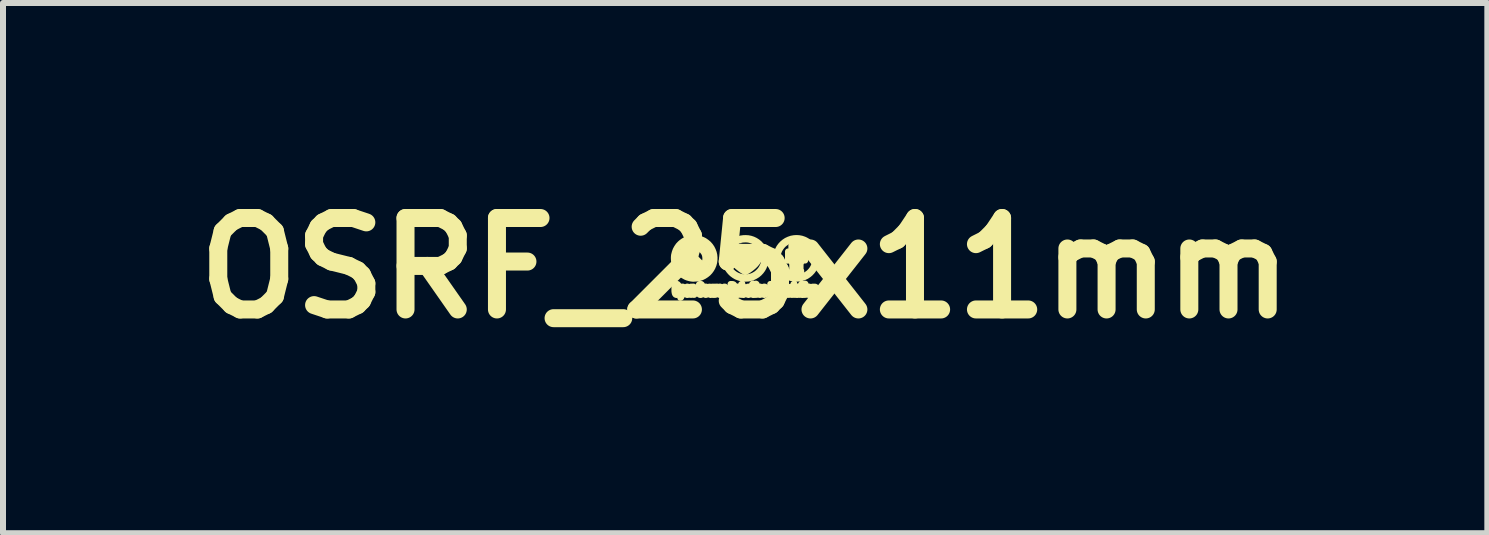
<source format=kicad_pcb>
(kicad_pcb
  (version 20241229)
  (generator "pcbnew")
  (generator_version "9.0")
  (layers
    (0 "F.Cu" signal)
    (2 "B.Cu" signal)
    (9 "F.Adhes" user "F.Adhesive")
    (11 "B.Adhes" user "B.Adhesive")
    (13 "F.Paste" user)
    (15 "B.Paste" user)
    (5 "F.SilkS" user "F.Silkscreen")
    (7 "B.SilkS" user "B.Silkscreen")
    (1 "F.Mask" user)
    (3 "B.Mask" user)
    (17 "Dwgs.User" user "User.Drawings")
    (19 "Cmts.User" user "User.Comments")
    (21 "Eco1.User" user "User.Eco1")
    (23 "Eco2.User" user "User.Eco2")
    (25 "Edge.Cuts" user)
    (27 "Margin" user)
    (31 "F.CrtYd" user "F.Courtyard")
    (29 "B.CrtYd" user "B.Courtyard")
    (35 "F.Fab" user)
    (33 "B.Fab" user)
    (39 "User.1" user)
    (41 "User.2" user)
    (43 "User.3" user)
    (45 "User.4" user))
  (footprint "OSRF_25x11mm"
    (layer "F.Cu")
    (at 9.369 1.418)
    (property "Reference" "OSRF_25x11mm" (at 0 0 0) (layer "F.SilkS") (effects (font (size 1.524 1.524) (thickness 0.3))))
    (attr through_hole)
    (fp_poly (pts (xy 0.189 0.446) (xy 0.181 0.446) (xy 0.172 0.446) (xy 0.172 0.378) (xy 0.172 0.31) (xy 0.181 0.31) (xy 0.189 0.31) (xy 0.189 0.378) (xy 0.189 0.446)) (stroke (width 0.1) (type solid)) (fill yes) (layer "F.SilkS"))
    (fp_poly (pts (xy 1.005 0.446) (xy 0.996 0.446) (xy 0.988 0.446) (xy 0.988 0.378) (xy 0.988 0.31) (xy 0.996 0.31) (xy 1.005 0.31) (xy 1.005 0.378) (xy 1.005 0.446)) (stroke (width 0.1) (type solid)) (fill yes) (layer "F.SilkS"))
    (fp_poly (pts (xy 1.008 0.271) (xy 1.006 0.279) (xy 1.001 0.283) (xy 0.994 0.282) (xy 0.991 0.281) (xy 0.986 0.275) (xy 0.985 0.271) (xy 0.987 0.265) (xy 0.991 0.261) (xy 0.998 0.259) (xy 1.004 0.261) (xy 1.007 0.268) (xy 1.008 0.271)) (stroke (width 0.1) (type solid)) (fill yes) (layer "F.SilkS"))
    (fp_poly (pts (xy 0.192 0.271) (xy 0.19 0.276) (xy 0.186 0.281) (xy 0.181 0.285) (xy 0.18 0.285) (xy 0.177 0.283) (xy 0.174 0.281) (xy 0.17 0.273) (xy 0.17 0.266) (xy 0.176 0.26) (xy 0.178 0.259) (xy 0.184 0.26) (xy 0.189 0.264) (xy 0.192 0.27) (xy 0.192 0.271)) (stroke (width 0.1) (type solid)) (fill yes) (layer "F.SilkS"))
    (fp_poly (pts (xy -0.463 0.314) (xy -0.465 0.32) (xy -0.468 0.324) (xy -0.473 0.326) (xy -0.477 0.325) (xy -0.482 0.325) (xy -0.486 0.325) (xy -0.489 0.327) (xy -0.491 0.332) (xy -0.493 0.339) (xy -0.494 0.351) (xy -0.494 0.366) (xy -0.494 0.387) (xy -0.494 0.388) (xy -0.494 0.446) (xy -0.502 0.446) (xy -0.511 0.446) (xy -0.511 0.378) (xy -0.511 0.31) (xy -0.5 0.31) (xy -0.491 0.31) (xy -0.479 0.309) (xy -0.476 0.309) (xy -0.468 0.308) (xy -0.464 0.309) (xy -0.463 0.314)) (stroke (width 0.1) (type solid)) (fill yes) (layer "F.SilkS"))
    (fp_poly (pts (xy 0.48 0.265) (xy 0.479 0.273) (xy 0.479 0.277) (xy 0.477 0.279) (xy 0.473 0.281) (xy 0.465 0.281) (xy 0.456 0.282) (xy 0.435 0.282) (xy 0.435 0.312) (xy 0.435 0.341) (xy 0.45 0.341) (xy 0.459 0.342) (xy 0.464 0.343) (xy 0.465 0.345) (xy 0.466 0.35) (xy 0.466 0.35) (xy 0.465 0.355) (xy 0.464 0.357) (xy 0.459 0.358) (xy 0.45 0.358) (xy 0.45 0.358) (xy 0.435 0.358) (xy 0.435 0.402) (xy 0.435 0.446) (xy 0.426 0.446) (xy 0.418 0.446) (xy 0.418 0.356) (xy 0.418 0.265) (xy 0.449 0.265) (xy 0.48 0.265)) (stroke (width 0.1) (type solid)) (fill yes) (layer "F.SilkS"))
    (fp_poly (pts (xy 1.186 0.446) (xy 1.176 0.446) (xy 1.166 0.446) (xy 1.166 0.387) (xy 1.166 0.367) (xy 1.165 0.352) (xy 1.165 0.341) (xy 1.165 0.334) (xy 1.164 0.329) (xy 1.163 0.327) (xy 1.161 0.325) (xy 1.16 0.325) (xy 1.154 0.323) (xy 1.147 0.326) (xy 1.146 0.326) (xy 1.137 0.33) (xy 1.137 0.388) (xy 1.137 0.446) (xy 1.129 0.446) (xy 1.12 0.446) (xy 1.12 0.378) (xy 1.12 0.31) (xy 1.132 0.31) (xy 1.143 0.31) (xy 1.155 0.31) (xy 1.158 0.31) (xy 1.167 0.31) (xy 1.172 0.311) (xy 1.177 0.315) (xy 1.178 0.317) (xy 1.18 0.32) (xy 1.181 0.323) (xy 1.183 0.328) (xy 1.183 0.335) (xy 1.184 0.345) (xy 1.184 0.358) (xy 1.185 0.376) (xy 1.185 0.385) (xy 1.186 0.446)) (stroke (width 0.1) (type solid)) (fill yes) (layer "F.SilkS"))
    (fp_poly (pts (xy -0.847 0.446) (xy -0.855 0.446) (xy -0.864 0.446) (xy -0.864 0.388) (xy -0.864 0.368) (xy -0.864 0.353) (xy -0.864 0.342) (xy -0.865 0.335) (xy -0.866 0.33) (xy -0.867 0.327) (xy -0.868 0.326) (xy -0.875 0.323) (xy -0.883 0.325) (xy -0.888 0.328) (xy -0.89 0.331) (xy -0.891 0.337) (xy -0.891 0.347) (xy -0.892 0.361) (xy -0.892 0.38) (xy -0.892 0.388) (xy -0.892 0.446) (xy -0.9 0.446) (xy -0.909 0.446) (xy -0.909 0.378) (xy -0.909 0.31) (xy -0.898 0.31) (xy -0.889 0.31) (xy -0.878 0.309) (xy -0.873 0.309) (xy -0.864 0.308) (xy -0.859 0.309) (xy -0.856 0.312) (xy -0.852 0.317) (xy -0.851 0.32) (xy -0.849 0.324) (xy -0.848 0.329) (xy -0.847 0.337) (xy -0.847 0.347) (xy -0.847 0.361) (xy -0.847 0.379) (xy -0.847 0.386) (xy -0.847 0.446)) (stroke (width 0.1) (type solid)) (fill yes) (layer "F.SilkS"))
    (fp_poly (pts (xy -0.536 0.446) (xy -0.545 0.446) (xy -0.551 0.445) (xy -0.553 0.443) (xy -0.553 0.443) (xy -0.555 0.442) (xy -0.559 0.444) (xy -0.569 0.448) (xy -0.58 0.448) (xy -0.589 0.444) (xy -0.593 0.441) (xy -0.596 0.435) (xy -0.598 0.428) (xy -0.6 0.417) (xy -0.601 0.402) (xy -0.601 0.383) (xy -0.601 0.365) (xy -0.601 0.31) (xy -0.593 0.31) (xy -0.584 0.31) (xy -0.584 0.363) (xy -0.584 0.381) (xy -0.583 0.396) (xy -0.583 0.409) (xy -0.582 0.419) (xy -0.582 0.423) (xy -0.578 0.429) (xy -0.57 0.432) (xy -0.562 0.43) (xy -0.559 0.429) (xy -0.557 0.428) (xy -0.556 0.426) (xy -0.555 0.422) (xy -0.554 0.417) (xy -0.553 0.408) (xy -0.553 0.395) (xy -0.553 0.378) (xy -0.553 0.368) (xy -0.553 0.31) (xy -0.545 0.31) (xy -0.536 0.31) (xy -0.536 0.378) (xy -0.536 0.446)) (stroke (width 0.1) (type solid)) (fill yes) (layer "F.SilkS"))
    (fp_poly (pts (xy 0.731 0.446) (xy 0.723 0.446) (xy 0.714 0.446) (xy 0.714 0.388) (xy 0.714 0.368) (xy 0.714 0.353) (xy 0.713 0.342) (xy 0.713 0.335) (xy 0.712 0.33) (xy 0.71 0.327) (xy 0.709 0.326) (xy 0.703 0.323) (xy 0.695 0.325) (xy 0.689 0.328) (xy 0.688 0.331) (xy 0.687 0.337) (xy 0.686 0.347) (xy 0.686 0.361) (xy 0.686 0.38) (xy 0.686 0.388) (xy 0.686 0.446) (xy 0.677 0.446) (xy 0.669 0.446) (xy 0.669 0.378) (xy 0.669 0.31) (xy 0.68 0.311) (xy 0.688 0.312) (xy 0.692 0.311) (xy 0.693 0.31) (xy 0.697 0.309) (xy 0.704 0.308) (xy 0.707 0.308) (xy 0.717 0.309) (xy 0.724 0.313) (xy 0.724 0.314) (xy 0.726 0.316) (xy 0.727 0.319) (xy 0.728 0.324) (xy 0.729 0.331) (xy 0.73 0.341) (xy 0.73 0.355) (xy 0.73 0.374) (xy 0.73 0.383) (xy 0.731 0.446)) (stroke (width 0.1) (type solid)) (fill yes) (layer "F.SilkS"))
    (fp_poly (pts (xy 0.643 0.446) (xy 0.635 0.446) (xy 0.629 0.445) (xy 0.627 0.443) (xy 0.627 0.443) (xy 0.625 0.442) (xy 0.62 0.444) (xy 0.611 0.448) (xy 0.6 0.448) (xy 0.591 0.444) (xy 0.59 0.444) (xy 0.586 0.44) (xy 0.584 0.434) (xy 0.582 0.426) (xy 0.58 0.415) (xy 0.579 0.401) (xy 0.579 0.381) (xy 0.579 0.363) (xy 0.579 0.31) (xy 0.587 0.31) (xy 0.595 0.31) (xy 0.596 0.359) (xy 0.596 0.381) (xy 0.596 0.398) (xy 0.597 0.411) (xy 0.598 0.42) (xy 0.6 0.426) (xy 0.602 0.429) (xy 0.605 0.431) (xy 0.607 0.431) (xy 0.615 0.431) (xy 0.621 0.429) (xy 0.623 0.428) (xy 0.624 0.426) (xy 0.625 0.422) (xy 0.626 0.417) (xy 0.626 0.408) (xy 0.626 0.395) (xy 0.627 0.378) (xy 0.627 0.368) (xy 0.627 0.31) (xy 0.635 0.31) (xy 0.643 0.31) (xy 0.643 0.378) (xy 0.643 0.446)) (stroke (width 0.1) (type solid)) (fill yes) (layer "F.SilkS"))
    (fp_poly (pts (xy 0.273 0.423) (xy 0.271 0.429) (xy 0.264 0.44) (xy 0.255 0.446) (xy 0.245 0.448) (xy 0.235 0.446) (xy 0.231 0.443) (xy 0.223 0.435) (xy 0.218 0.424) (xy 0.215 0.409) (xy 0.213 0.389) (xy 0.213 0.378) (xy 0.214 0.359) (xy 0.215 0.344) (xy 0.218 0.333) (xy 0.222 0.323) (xy 0.228 0.316) (xy 0.236 0.309) (xy 0.246 0.307) (xy 0.256 0.31) (xy 0.265 0.316) (xy 0.271 0.326) (xy 0.272 0.329) (xy 0.273 0.336) (xy 0.269 0.341) (xy 0.264 0.344) (xy 0.26 0.343) (xy 0.257 0.338) (xy 0.256 0.334) (xy 0.251 0.327) (xy 0.245 0.325) (xy 0.239 0.328) (xy 0.234 0.334) (xy 0.232 0.342) (xy 0.231 0.354) (xy 0.23 0.368) (xy 0.23 0.384) (xy 0.231 0.399) (xy 0.232 0.411) (xy 0.234 0.421) (xy 0.235 0.423) (xy 0.241 0.43) (xy 0.247 0.431) (xy 0.253 0.427) (xy 0.257 0.421) (xy 0.26 0.415) (xy 0.263 0.413) (xy 0.267 0.414) (xy 0.269 0.416) (xy 0.273 0.419) (xy 0.273 0.423)) (stroke (width 0.1) (type solid)) (fill yes) (layer "F.SilkS"))
    (fp_poly (pts (xy 0.557 0.378) (xy 0.557 0.4) (xy 0.554 0.417) (xy 0.55 0.43) (xy 0.543 0.44) (xy 0.54 0.443) (xy 0.54 0.378) (xy 0.54 0.358) (xy 0.538 0.343) (xy 0.535 0.333) (xy 0.53 0.327) (xy 0.524 0.325) (xy 0.524 0.325) (xy 0.517 0.326) (xy 0.512 0.331) (xy 0.509 0.339) (xy 0.507 0.352) (xy 0.506 0.368) (xy 0.506 0.388) (xy 0.507 0.405) (xy 0.51 0.419) (xy 0.514 0.428) (xy 0.514 0.428) (xy 0.519 0.431) (xy 0.524 0.432) (xy 0.529 0.43) (xy 0.534 0.425) (xy 0.535 0.421) (xy 0.538 0.414) (xy 0.539 0.404) (xy 0.54 0.39) (xy 0.54 0.378) (xy 0.54 0.443) (xy 0.54 0.443) (xy 0.529 0.448) (xy 0.518 0.448) (xy 0.507 0.443) (xy 0.505 0.441) (xy 0.498 0.432) (xy 0.492 0.419) (xy 0.489 0.401) (xy 0.488 0.378) (xy 0.489 0.354) (xy 0.493 0.335) (xy 0.499 0.321) (xy 0.507 0.312) (xy 0.518 0.308) (xy 0.522 0.308) (xy 0.534 0.31) (xy 0.543 0.316) (xy 0.55 0.326) (xy 0.554 0.341) (xy 0.557 0.361) (xy 0.557 0.378)) (stroke (width 0.1) (type solid)) (fill yes) (layer "F.SilkS"))
    (fp_poly (pts (xy 1.098 0.373) (xy 1.098 0.392) (xy 1.096 0.41) (xy 1.092 0.425) (xy 1.09 0.431) (xy 1.082 0.441) (xy 1.08 0.442) (xy 1.08 0.377) (xy 1.08 0.362) (xy 1.079 0.349) (xy 1.077 0.338) (xy 1.074 0.332) (xy 1.068 0.326) (xy 1.061 0.324) (xy 1.055 0.329) (xy 1.051 0.335) (xy 1.049 0.343) (xy 1.048 0.355) (xy 1.047 0.37) (xy 1.047 0.385) (xy 1.048 0.4) (xy 1.05 0.412) (xy 1.052 0.421) (xy 1.053 0.424) (xy 1.06 0.43) (xy 1.067 0.431) (xy 1.073 0.426) (xy 1.074 0.424) (xy 1.077 0.417) (xy 1.079 0.406) (xy 1.08 0.393) (xy 1.08 0.377) (xy 1.08 0.442) (xy 1.072 0.447) (xy 1.061 0.449) (xy 1.05 0.446) (xy 1.046 0.443) (xy 1.038 0.433) (xy 1.033 0.419) (xy 1.03 0.399) (xy 1.029 0.378) (xy 1.03 0.354) (xy 1.034 0.335) (xy 1.04 0.321) (xy 1.048 0.312) (xy 1.059 0.308) (xy 1.063 0.308) (xy 1.074 0.309) (xy 1.082 0.314) (xy 1.089 0.323) (xy 1.09 0.325) (xy 1.094 0.338) (xy 1.097 0.355) (xy 1.098 0.373)) (stroke (width 0.1) (type solid)) (fill yes) (layer "F.SilkS"))
    (fp_poly (pts (xy 0.089 0.378) (xy 0.088 0.4) (xy 0.086 0.417) (xy 0.081 0.43) (xy 0.075 0.44) (xy 0.072 0.443) (xy 0.072 0.378) (xy 0.071 0.358) (xy 0.069 0.343) (xy 0.066 0.333) (xy 0.062 0.327) (xy 0.056 0.325) (xy 0.055 0.325) (xy 0.049 0.326) (xy 0.045 0.329) (xy 0.041 0.336) (xy 0.039 0.346) (xy 0.038 0.361) (xy 0.038 0.378) (xy 0.038 0.394) (xy 0.039 0.406) (xy 0.039 0.414) (xy 0.041 0.42) (xy 0.043 0.424) (xy 0.043 0.424) (xy 0.05 0.431) (xy 0.057 0.432) (xy 0.063 0.428) (xy 0.067 0.421) (xy 0.069 0.414) (xy 0.071 0.404) (xy 0.071 0.39) (xy 0.072 0.378) (xy 0.072 0.443) (xy 0.071 0.443) (xy 0.061 0.448) (xy 0.049 0.448) (xy 0.038 0.443) (xy 0.037 0.441) (xy 0.029 0.432) (xy 0.024 0.419) (xy 0.021 0.401) (xy 0.02 0.378) (xy 0.021 0.354) (xy 0.025 0.335) (xy 0.031 0.321) (xy 0.039 0.312) (xy 0.05 0.308) (xy 0.053 0.308) (xy 0.065 0.31) (xy 0.074 0.316) (xy 0.081 0.326) (xy 0.086 0.341) (xy 0.088 0.361) (xy 0.089 0.378)) (stroke (width 0.1) (type solid)) (fill yes) (layer "F.SilkS"))
    (fp_poly (pts (xy -0.931 0.384) (xy -0.948 0.384) (xy -0.948 0.367) (xy -0.95 0.353) (xy -0.953 0.339) (xy -0.957 0.329) (xy -0.963 0.325) (xy -0.964 0.325) (xy -0.969 0.326) (xy -0.972 0.33) (xy -0.975 0.336) (xy -0.978 0.346) (xy -0.979 0.355) (xy -0.979 0.357) (xy -0.979 0.367) (xy -0.963 0.367) (xy -0.948 0.367) (xy -0.948 0.384) (xy -0.955 0.384) (xy -0.98 0.384) (xy -0.979 0.402) (xy -0.976 0.416) (xy -0.972 0.426) (xy -0.967 0.431) (xy -0.96 0.431) (xy -0.953 0.427) (xy -0.951 0.424) (xy -0.946 0.418) (xy -0.943 0.417) (xy -0.939 0.419) (xy -0.935 0.423) (xy -0.935 0.428) (xy -0.94 0.435) (xy -0.944 0.439) (xy -0.954 0.447) (xy -0.965 0.449) (xy -0.975 0.446) (xy -0.982 0.44) (xy -0.988 0.432) (xy -0.992 0.42) (xy -0.995 0.405) (xy -0.996 0.386) (xy -0.996 0.379) (xy -0.995 0.355) (xy -0.992 0.335) (xy -0.986 0.321) (xy -0.978 0.312) (xy -0.967 0.308) (xy -0.964 0.308) (xy -0.954 0.31) (xy -0.946 0.316) (xy -0.939 0.326) (xy -0.935 0.341) (xy -0.932 0.362) (xy -0.932 0.363) (xy -0.931 0.384)) (stroke (width 0.1) (type solid)) (fill yes) (layer "F.SilkS"))
    (fp_poly (pts (xy 0.152 0.435) (xy 0.15 0.442) (xy 0.149 0.443) (xy 0.144 0.447) (xy 0.136 0.449) (xy 0.128 0.448) (xy 0.121 0.444) (xy 0.12 0.443) (xy 0.118 0.44) (xy 0.116 0.437) (xy 0.115 0.432) (xy 0.115 0.424) (xy 0.114 0.413) (xy 0.114 0.398) (xy 0.113 0.381) (xy 0.113 0.362) (xy 0.113 0.347) (xy 0.112 0.337) (xy 0.111 0.331) (xy 0.111 0.327) (xy 0.109 0.325) (xy 0.108 0.325) (xy 0.107 0.325) (xy 0.103 0.323) (xy 0.102 0.318) (xy 0.103 0.312) (xy 0.107 0.31) (xy 0.11 0.31) (xy 0.112 0.308) (xy 0.113 0.302) (xy 0.113 0.293) (xy 0.113 0.289) (xy 0.113 0.279) (xy 0.114 0.272) (xy 0.116 0.268) (xy 0.119 0.264) (xy 0.121 0.262) (xy 0.13 0.256) (xy 0.13 0.283) (xy 0.13 0.31) (xy 0.14 0.31) (xy 0.146 0.311) (xy 0.149 0.313) (xy 0.15 0.318) (xy 0.149 0.322) (xy 0.146 0.324) (xy 0.14 0.325) (xy 0.13 0.325) (xy 0.13 0.375) (xy 0.13 0.391) (xy 0.13 0.406) (xy 0.131 0.418) (xy 0.132 0.426) (xy 0.132 0.429) (xy 0.137 0.431) (xy 0.144 0.431) (xy 0.15 0.431) (xy 0.152 0.435)) (stroke (width 0.1) (type solid)) (fill yes) (layer "F.SilkS"))
    (fp_poly (pts (xy 0.968 0.438) (xy 0.966 0.444) (xy 0.96 0.448) (xy 0.952 0.449) (xy 0.943 0.447) (xy 0.937 0.443) (xy 0.935 0.441) (xy 0.934 0.438) (xy 0.933 0.433) (xy 0.932 0.427) (xy 0.932 0.417) (xy 0.931 0.403) (xy 0.931 0.385) (xy 0.931 0.381) (xy 0.931 0.362) (xy 0.931 0.348) (xy 0.931 0.338) (xy 0.93 0.331) (xy 0.93 0.327) (xy 0.928 0.325) (xy 0.927 0.325) (xy 0.926 0.325) (xy 0.921 0.323) (xy 0.92 0.318) (xy 0.921 0.312) (xy 0.926 0.31) (xy 0.929 0.31) (xy 0.93 0.308) (xy 0.931 0.303) (xy 0.931 0.294) (xy 0.931 0.288) (xy 0.931 0.277) (xy 0.932 0.27) (xy 0.934 0.265) (xy 0.937 0.263) (xy 0.938 0.261) (xy 0.944 0.258) (xy 0.947 0.257) (xy 0.947 0.259) (xy 0.948 0.266) (xy 0.948 0.277) (xy 0.948 0.284) (xy 0.948 0.31) (xy 0.957 0.31) (xy 0.963 0.311) (xy 0.965 0.314) (xy 0.965 0.318) (xy 0.964 0.323) (xy 0.96 0.324) (xy 0.957 0.325) (xy 0.948 0.325) (xy 0.948 0.378) (xy 0.948 0.432) (xy 0.958 0.431) (xy 0.965 0.431) (xy 0.967 0.433) (xy 0.968 0.438) (xy 0.968 0.438)) (stroke (width 0.1) (type solid)) (fill yes) (layer "F.SilkS"))
    (fp_poly (pts (xy -0.623 0.378) (xy -0.623 0.392) (xy -0.624 0.405) (xy -0.625 0.416) (xy -0.626 0.42) (xy -0.632 0.434) (xy -0.64 0.442) (xy -0.64 0.378) (xy -0.64 0.358) (xy -0.642 0.343) (xy -0.645 0.333) (xy -0.65 0.327) (xy -0.656 0.325) (xy -0.656 0.325) (xy -0.662 0.326) (xy -0.667 0.329) (xy -0.67 0.336) (xy -0.672 0.346) (xy -0.673 0.361) (xy -0.673 0.378) (xy -0.673 0.394) (xy -0.673 0.406) (xy -0.672 0.414) (xy -0.67 0.42) (xy -0.668 0.424) (xy -0.668 0.424) (xy -0.662 0.43) (xy -0.654 0.431) (xy -0.65 0.43) (xy -0.646 0.424) (xy -0.643 0.415) (xy -0.641 0.401) (xy -0.64 0.382) (xy -0.64 0.378) (xy -0.64 0.442) (xy -0.641 0.443) (xy -0.651 0.448) (xy -0.661 0.448) (xy -0.672 0.443) (xy -0.674 0.441) (xy -0.682 0.433) (xy -0.687 0.421) (xy -0.69 0.406) (xy -0.691 0.386) (xy -0.691 0.37) (xy -0.689 0.349) (xy -0.686 0.332) (xy -0.681 0.32) (xy -0.675 0.313) (xy -0.666 0.309) (xy -0.656 0.308) (xy -0.645 0.31) (xy -0.636 0.318) (xy -0.629 0.329) (xy -0.626 0.336) (xy -0.625 0.344) (xy -0.623 0.356) (xy -0.623 0.37) (xy -0.623 0.378)) (stroke (width 0.1) (type solid)) (fill yes) (layer "F.SilkS"))
    (fp_poly (pts (xy -0.393 0.422) (xy -0.396 0.428) (xy -0.397 0.43) (xy -0.401 0.438) (xy -0.407 0.444) (xy -0.407 0.445) (xy -0.417 0.448) (xy -0.428 0.448) (xy -0.438 0.443) (xy -0.439 0.442) (xy -0.446 0.431) (xy -0.451 0.416) (xy -0.454 0.396) (xy -0.454 0.378) (xy -0.453 0.354) (xy -0.45 0.335) (xy -0.444 0.321) (xy -0.435 0.312) (xy -0.424 0.308) (xy -0.421 0.308) (xy -0.412 0.309) (xy -0.406 0.313) (xy -0.402 0.316) (xy -0.398 0.322) (xy -0.395 0.327) (xy -0.395 0.327) (xy -0.394 0.332) (xy -0.394 0.334) (xy -0.395 0.338) (xy -0.4 0.341) (xy -0.405 0.343) (xy -0.408 0.344) (xy -0.409 0.341) (xy -0.411 0.335) (xy -0.412 0.334) (xy -0.416 0.327) (xy -0.422 0.325) (xy -0.422 0.325) (xy -0.427 0.326) (xy -0.431 0.331) (xy -0.434 0.339) (xy -0.435 0.352) (xy -0.436 0.369) (xy -0.436 0.38) (xy -0.436 0.396) (xy -0.435 0.407) (xy -0.435 0.415) (xy -0.433 0.42) (xy -0.431 0.424) (xy -0.425 0.431) (xy -0.419 0.431) (xy -0.413 0.427) (xy -0.41 0.422) (xy -0.406 0.415) (xy -0.404 0.413) (xy -0.4 0.414) (xy -0.397 0.416) (xy -0.394 0.419) (xy -0.393 0.422)) (stroke (width 0.1) (type solid)) (fill yes) (layer "F.SilkS"))
    (fp_poly (pts (xy -0.088 0.384) (xy -0.089 0.401) (xy -0.091 0.415) (xy -0.092 0.42) (xy -0.098 0.433) (xy -0.106 0.442) (xy -0.106 0.38) (xy -0.106 0.378) (xy -0.106 0.362) (xy -0.106 0.35) (xy -0.107 0.342) (xy -0.109 0.337) (xy -0.111 0.333) (xy -0.111 0.332) (xy -0.117 0.326) (xy -0.125 0.325) (xy -0.131 0.329) (xy -0.134 0.334) (xy -0.137 0.341) (xy -0.138 0.352) (xy -0.139 0.366) (xy -0.14 0.381) (xy -0.139 0.395) (xy -0.138 0.408) (xy -0.137 0.413) (xy -0.134 0.423) (xy -0.128 0.43) (xy -0.121 0.432) (xy -0.115 0.429) (xy -0.111 0.424) (xy -0.109 0.42) (xy -0.107 0.415) (xy -0.106 0.407) (xy -0.106 0.396) (xy -0.106 0.38) (xy -0.106 0.442) (xy -0.106 0.442) (xy -0.116 0.448) (xy -0.127 0.449) (xy -0.137 0.444) (xy -0.139 0.443) (xy -0.146 0.435) (xy -0.152 0.424) (xy -0.155 0.409) (xy -0.156 0.389) (xy -0.157 0.378) (xy -0.156 0.355) (xy -0.152 0.336) (xy -0.147 0.322) (xy -0.139 0.313) (xy -0.129 0.308) (xy -0.121 0.308) (xy -0.11 0.31) (xy -0.101 0.318) (xy -0.094 0.331) (xy -0.092 0.337) (xy -0.089 0.35) (xy -0.088 0.366) (xy -0.088 0.384)) (stroke (width 0.1) (type solid)) (fill yes) (layer "F.SilkS"))
    (fp_poly (pts (xy -0.31 0.384) (xy -0.33 0.384) (xy -0.33 0.367) (xy -0.33 0.356) (xy -0.331 0.344) (xy -0.334 0.334) (xy -0.339 0.327) (xy -0.344 0.325) (xy -0.35 0.327) (xy -0.355 0.335) (xy -0.358 0.347) (xy -0.359 0.353) (xy -0.361 0.367) (xy -0.346 0.367) (xy -0.33 0.367) (xy -0.33 0.384) (xy -0.336 0.384) (xy -0.362 0.384) (xy -0.36 0.4) (xy -0.358 0.411) (xy -0.355 0.42) (xy -0.354 0.424) (xy -0.348 0.43) (xy -0.341 0.432) (xy -0.334 0.428) (xy -0.331 0.424) (xy -0.328 0.418) (xy -0.325 0.415) (xy -0.325 0.415) (xy -0.323 0.416) (xy -0.319 0.419) (xy -0.315 0.423) (xy -0.315 0.426) (xy -0.318 0.432) (xy -0.318 0.432) (xy -0.327 0.442) (xy -0.337 0.447) (xy -0.348 0.448) (xy -0.359 0.443) (xy -0.361 0.442) (xy -0.368 0.434) (xy -0.372 0.422) (xy -0.375 0.407) (xy -0.377 0.387) (xy -0.377 0.378) (xy -0.376 0.358) (xy -0.374 0.342) (xy -0.37 0.329) (xy -0.365 0.319) (xy -0.362 0.316) (xy -0.356 0.31) (xy -0.348 0.308) (xy -0.344 0.308) (xy -0.335 0.309) (xy -0.327 0.315) (xy -0.321 0.325) (xy -0.316 0.339) (xy -0.313 0.358) (xy -0.312 0.368) (xy -0.31 0.384)) (stroke (width 0.1) (type solid)) (fill yes) (layer "F.SilkS"))
    (fp_poly (pts (xy -1.105 0.363) (xy -1.106 0.382) (xy -1.107 0.399) (xy -1.109 0.413) (xy -1.11 0.416) (xy -1.117 0.432) (xy -1.124 0.44) (xy -1.124 0.362) (xy -1.124 0.344) (xy -1.125 0.324) (xy -1.126 0.309) (xy -1.127 0.298) (xy -1.13 0.29) (xy -1.134 0.285) (xy -1.138 0.281) (xy -1.145 0.279) (xy -1.151 0.283) (xy -1.155 0.292) (xy -1.159 0.307) (xy -1.161 0.327) (xy -1.162 0.338) (xy -1.162 0.362) (xy -1.161 0.382) (xy -1.159 0.4) (xy -1.156 0.414) (xy -1.152 0.424) (xy -1.147 0.43) (xy -1.141 0.432) (xy -1.134 0.428) (xy -1.134 0.427) (xy -1.129 0.418) (xy -1.126 0.405) (xy -1.124 0.386) (xy -1.124 0.362) (xy -1.124 0.44) (xy -1.125 0.442) (xy -1.136 0.448) (xy -1.147 0.448) (xy -1.157 0.445) (xy -1.165 0.438) (xy -1.171 0.426) (xy -1.176 0.408) (xy -1.179 0.385) (xy -1.179 0.357) (xy -1.179 0.344) (xy -1.178 0.323) (xy -1.177 0.306) (xy -1.174 0.294) (xy -1.171 0.284) (xy -1.167 0.277) (xy -1.162 0.271) (xy -1.156 0.265) (xy -1.149 0.263) (xy -1.142 0.262) (xy -1.131 0.264) (xy -1.122 0.27) (xy -1.115 0.281) (xy -1.11 0.295) (xy -1.108 0.307) (xy -1.106 0.324) (xy -1.105 0.343) (xy -1.105 0.363)) (stroke (width 0.1) (type solid)) (fill yes) (layer "F.SilkS"))
    (fp_poly (pts (xy -0.173 0.441) (xy -0.173 0.444) (xy -0.177 0.446) (xy -0.181 0.446) (xy -0.191 0.446) (xy -0.192 0.441) (xy -0.192 0.314) (xy -0.193 0.303) (xy -0.197 0.292) (xy -0.205 0.285) (xy -0.214 0.282) (xy -0.214 0.282) (xy -0.223 0.282) (xy -0.223 0.313) (xy -0.223 0.344) (xy -0.215 0.344) (xy -0.207 0.342) (xy -0.201 0.338) (xy -0.195 0.327) (xy -0.192 0.314) (xy -0.192 0.441) (xy -0.201 0.404) (xy -0.204 0.387) (xy -0.207 0.376) (xy -0.209 0.368) (xy -0.211 0.364) (xy -0.214 0.362) (xy -0.216 0.361) (xy -0.217 0.361) (xy -0.219 0.361) (xy -0.221 0.362) (xy -0.222 0.365) (xy -0.223 0.371) (xy -0.223 0.379) (xy -0.223 0.392) (xy -0.223 0.404) (xy -0.223 0.446) (xy -0.233 0.446) (xy -0.243 0.446) (xy -0.243 0.356) (xy -0.243 0.265) (xy -0.222 0.265) (xy -0.206 0.266) (xy -0.194 0.27) (xy -0.185 0.277) (xy -0.18 0.286) (xy -0.176 0.3) (xy -0.175 0.315) (xy -0.178 0.331) (xy -0.184 0.345) (xy -0.188 0.351) (xy -0.19 0.353) (xy -0.191 0.356) (xy -0.191 0.361) (xy -0.19 0.368) (xy -0.188 0.379) (xy -0.184 0.394) (xy -0.184 0.396) (xy -0.18 0.411) (xy -0.177 0.424) (xy -0.175 0.434) (xy -0.173 0.44) (xy -0.173 0.441)) (stroke (width 0.1) (type solid)) (fill yes) (layer "F.SilkS"))
    (fp_poly (pts (xy -1.016 0.377) (xy -1.017 0.401) (xy -1.02 0.421) (xy -1.025 0.435) (xy -1.032 0.444) (xy -1.033 0.445) (xy -1.033 0.363) (xy -1.035 0.345) (xy -1.038 0.333) (xy -1.042 0.326) (xy -1.048 0.324) (xy -1.056 0.326) (xy -1.058 0.327) (xy -1.06 0.329) (xy -1.061 0.332) (xy -1.062 0.337) (xy -1.063 0.346) (xy -1.063 0.358) (xy -1.063 0.375) (xy -1.063 0.377) (xy -1.064 0.395) (xy -1.064 0.407) (xy -1.063 0.416) (xy -1.063 0.422) (xy -1.061 0.426) (xy -1.06 0.428) (xy -1.059 0.428) (xy -1.051 0.432) (xy -1.043 0.43) (xy -1.038 0.425) (xy -1.037 0.42) (xy -1.035 0.41) (xy -1.034 0.397) (xy -1.033 0.385) (xy -1.033 0.363) (xy -1.033 0.445) (xy -1.042 0.448) (xy -1.046 0.449) (xy -1.053 0.448) (xy -1.057 0.446) (xy -1.057 0.446) (xy -1.06 0.443) (xy -1.062 0.445) (xy -1.064 0.453) (xy -1.064 0.465) (xy -1.064 0.476) (xy -1.065 0.483) (xy -1.066 0.487) (xy -1.069 0.49) (xy -1.072 0.492) (xy -1.081 0.496) (xy -1.081 0.403) (xy -1.081 0.31) (xy -1.07 0.31) (xy -1.06 0.31) (xy -1.049 0.309) (xy -1.048 0.309) (xy -1.038 0.308) (xy -1.032 0.31) (xy -1.03 0.312) (xy -1.024 0.321) (xy -1.019 0.335) (xy -1.017 0.355) (xy -1.016 0.377)) (stroke (width 0.1) (type solid)) (fill yes) (layer "F.SilkS"))
    (fp_poly (pts (xy 0.35 0.414) (xy 0.349 0.423) (xy 0.345 0.434) (xy 0.336 0.443) (xy 0.326 0.448) (xy 0.314 0.448) (xy 0.305 0.445) (xy 0.3 0.441) (xy 0.294 0.433) (xy 0.293 0.432) (xy 0.288 0.421) (xy 0.295 0.416) (xy 0.3 0.413) (xy 0.303 0.412) (xy 0.303 0.413) (xy 0.308 0.422) (xy 0.312 0.428) (xy 0.316 0.431) (xy 0.318 0.431) (xy 0.326 0.43) (xy 0.331 0.425) (xy 0.333 0.414) (xy 0.333 0.414) (xy 0.333 0.409) (xy 0.331 0.404) (xy 0.327 0.398) (xy 0.321 0.39) (xy 0.313 0.383) (xy 0.303 0.371) (xy 0.296 0.362) (xy 0.292 0.354) (xy 0.291 0.345) (xy 0.291 0.335) (xy 0.291 0.334) (xy 0.295 0.321) (xy 0.302 0.312) (xy 0.313 0.308) (xy 0.319 0.308) (xy 0.329 0.309) (xy 0.337 0.314) (xy 0.339 0.316) (xy 0.345 0.324) (xy 0.347 0.33) (xy 0.343 0.335) (xy 0.341 0.336) (xy 0.336 0.338) (xy 0.333 0.336) (xy 0.329 0.332) (xy 0.322 0.326) (xy 0.316 0.325) (xy 0.311 0.326) (xy 0.309 0.33) (xy 0.308 0.338) (xy 0.308 0.338) (xy 0.308 0.344) (xy 0.309 0.348) (xy 0.312 0.353) (xy 0.317 0.36) (xy 0.325 0.368) (xy 0.327 0.371) (xy 0.338 0.383) (xy 0.345 0.394) (xy 0.349 0.404) (xy 0.35 0.414)) (stroke (width 0.1) (type solid)) (fill yes) (layer "F.SilkS"))
    (fp_poly (pts (xy 0 0.376) (xy -0.001 0.398) (xy -0.002 0.415) (xy -0.005 0.428) (xy -0.01 0.438) (xy -0.013 0.441) (xy -0.017 0.444) (xy -0.017 0.371) (xy -0.018 0.357) (xy -0.019 0.345) (xy -0.02 0.338) (xy -0.024 0.328) (xy -0.03 0.324) (xy -0.038 0.325) (xy -0.04 0.326) (xy -0.042 0.327) (xy -0.044 0.329) (xy -0.045 0.332) (xy -0.046 0.337) (xy -0.047 0.346) (xy -0.047 0.358) (xy -0.047 0.375) (xy -0.047 0.377) (xy -0.048 0.395) (xy -0.048 0.407) (xy -0.047 0.416) (xy -0.047 0.422) (xy -0.045 0.426) (xy -0.044 0.428) (xy -0.043 0.428) (xy -0.035 0.432) (xy -0.027 0.43) (xy -0.022 0.423) (xy -0.021 0.421) (xy -0.019 0.413) (xy -0.018 0.401) (xy -0.017 0.386) (xy -0.017 0.371) (xy -0.017 0.444) (xy -0.02 0.446) (xy -0.028 0.449) (xy -0.036 0.449) (xy -0.04 0.447) (xy -0.041 0.446) (xy -0.044 0.445) (xy -0.051 0.445) (xy -0.054 0.445) (xy -0.065 0.447) (xy -0.065 0.357) (xy -0.065 0.267) (xy -0.056 0.262) (xy -0.048 0.257) (xy -0.048 0.285) (xy -0.048 0.3) (xy -0.047 0.309) (xy -0.045 0.313) (xy -0.042 0.312) (xy -0.041 0.31) (xy -0.037 0.308) (xy -0.029 0.308) (xy -0.021 0.309) (xy -0.015 0.312) (xy -0.013 0.313) (xy -0.007 0.323) (xy -0.003 0.339) (xy -0.000403 0.36) (xy 0 0.376)) (stroke (width 0.1) (type solid)) (fill yes) (layer "F.SilkS"))
    (fp_poly (pts (xy 0.903 0.446) (xy 0.895 0.446) (xy 0.889 0.445) (xy 0.886 0.443) (xy 0.886 0.443) (xy 0.886 0.443) (xy 0.886 0.414) (xy 0.886 0.402) (xy 0.886 0.401) (xy 0.885 0.377) (xy 0.875 0.376) (xy 0.866 0.376) (xy 0.862 0.38) (xy 0.86 0.386) (xy 0.858 0.395) (xy 0.858 0.406) (xy 0.859 0.417) (xy 0.86 0.425) (xy 0.861 0.426) (xy 0.866 0.431) (xy 0.874 0.431) (xy 0.881 0.428) (xy 0.882 0.428) (xy 0.884 0.426) (xy 0.885 0.421) (xy 0.886 0.414) (xy 0.886 0.443) (xy 0.884 0.442) (xy 0.88 0.444) (xy 0.87 0.448) (xy 0.859 0.448) (xy 0.854 0.446) (xy 0.848 0.439) (xy 0.844 0.427) (xy 0.841 0.412) (xy 0.841 0.404) (xy 0.842 0.386) (xy 0.846 0.372) (xy 0.852 0.364) (xy 0.861 0.359) (xy 0.874 0.359) (xy 0.874 0.359) (xy 0.886 0.361) (xy 0.886 0.348) (xy 0.886 0.339) (xy 0.884 0.332) (xy 0.883 0.33) (xy 0.878 0.326) (xy 0.87 0.325) (xy 0.862 0.329) (xy 0.86 0.33) (xy 0.853 0.336) (xy 0.849 0.329) (xy 0.846 0.324) (xy 0.846 0.321) (xy 0.849 0.318) (xy 0.861 0.31) (xy 0.875 0.308) (xy 0.876 0.308) (xy 0.884 0.308) (xy 0.89 0.31) (xy 0.895 0.313) (xy 0.898 0.319) (xy 0.901 0.328) (xy 0.902 0.34) (xy 0.903 0.356) (xy 0.903 0.378) (xy 0.903 0.388) (xy 0.903 0.446)) (stroke (width 0.1) (type solid)) (fill yes) (layer "F.SilkS"))
    (fp_poly (pts (xy -0.711 0.407) (xy -0.713 0.424) (xy -0.716 0.431) (xy -0.723 0.441) (xy -0.734 0.447) (xy -0.745 0.449) (xy -0.757 0.446) (xy -0.764 0.442) (xy -0.771 0.434) (xy -0.776 0.423) (xy -0.779 0.411) (xy -0.779 0.409) (xy -0.776 0.405) (xy -0.771 0.403) (xy -0.765 0.403) (xy -0.762 0.405) (xy -0.76 0.411) (xy -0.759 0.414) (xy -0.755 0.424) (xy -0.75 0.43) (xy -0.742 0.431) (xy -0.742 0.431) (xy -0.735 0.428) (xy -0.73 0.42) (xy -0.729 0.409) (xy -0.729 0.404) (xy -0.734 0.387) (xy -0.744 0.37) (xy -0.754 0.357) (xy -0.767 0.338) (xy -0.775 0.32) (xy -0.778 0.302) (xy -0.776 0.286) (xy -0.775 0.284) (xy -0.771 0.275) (xy -0.766 0.268) (xy -0.764 0.267) (xy -0.755 0.263) (xy -0.744 0.263) (xy -0.733 0.265) (xy -0.727 0.268) (xy -0.723 0.273) (xy -0.719 0.28) (xy -0.715 0.287) (xy -0.712 0.294) (xy -0.712 0.298) (xy -0.712 0.298) (xy -0.715 0.299) (xy -0.722 0.301) (xy -0.722 0.301) (xy -0.728 0.301) (xy -0.731 0.299) (xy -0.732 0.295) (xy -0.736 0.285) (xy -0.741 0.28) (xy -0.746 0.279) (xy -0.754 0.281) (xy -0.758 0.287) (xy -0.759 0.297) (xy -0.759 0.303) (xy -0.758 0.31) (xy -0.756 0.316) (xy -0.754 0.322) (xy -0.749 0.329) (xy -0.742 0.339) (xy -0.732 0.352) (xy -0.73 0.356) (xy -0.72 0.372) (xy -0.713 0.39) (xy -0.711 0.407)) (stroke (width 0.1) (type solid)) (fill yes) (layer "F.SilkS"))
    (fp_poly (pts (xy 0.248 -0.229) (xy 0.248 -0.207) (xy 0.245 -0.188) (xy 0.24 -0.169) (xy 0.233 -0.152) (xy 0.217 -0.121) (xy 0.196 -0.09) (xy 0.17 -0.059) (xy 0.139 -0.029) (xy 0.103 0.001) (xy 0.064 0.03) (xy 0.037 0.047) (xy 0.025 0.054) (xy 0.015 0.06) (xy 0.008 0.065) (xy 0.005 0.066) (xy 0.001 0.066) (xy -0.006 0.062) (xy -0.016 0.057) (xy -0.028 0.05) (xy -0.029 0.049) (xy -0.059 0.03) (xy -0.084 0.011) (xy -0.107 -0.007) (xy -0.129 -0.025) (xy -0.15 -0.045) (xy -0.178 -0.076) (xy -0.202 -0.106) (xy -0.22 -0.135) (xy -0.232 -0.163) (xy -0.24 -0.192) (xy -0.243 -0.22) (xy -0.243 -0.221) (xy -0.241 -0.246) (xy -0.234 -0.269) (xy -0.222 -0.29) (xy -0.205 -0.31) (xy -0.203 -0.312) (xy -0.182 -0.328) (xy -0.16 -0.339) (xy -0.136 -0.346) (xy -0.113 -0.347) (xy -0.085 -0.344) (xy -0.06 -0.337) (xy -0.037 -0.324) (xy -0.016 -0.306) (xy -0.002 -0.288) (xy 0.002 -0.283) (xy 0.004 -0.283) (xy 0.006 -0.286) (xy 0.012 -0.295) (xy 0.022 -0.305) (xy 0.032 -0.315) (xy 0.043 -0.324) (xy 0.048 -0.328) (xy 0.071 -0.339) (xy 0.095 -0.345) (xy 0.121 -0.347) (xy 0.147 -0.344) (xy 0.171 -0.337) (xy 0.187 -0.329) (xy 0.201 -0.319) (xy 0.215 -0.305) (xy 0.228 -0.289) (xy 0.238 -0.272) (xy 0.238 -0.272) (xy 0.243 -0.26) (xy 0.246 -0.249) (xy 0.247 -0.237) (xy 0.248 -0.229)) (stroke (width 0.1) (type solid)) (fill yes) (layer "F.SilkS"))
    (fp_poly (pts (xy 0.818 0.446) (xy 0.81 0.446) (xy 0.804 0.445) (xy 0.802 0.443) (xy 0.802 0.443) (xy 0.802 0.378) (xy 0.801 0.36) (xy 0.801 0.347) (xy 0.8 0.338) (xy 0.799 0.332) (xy 0.797 0.328) (xy 0.794 0.325) (xy 0.789 0.324) (xy 0.788 0.323) (xy 0.783 0.323) (xy 0.778 0.327) (xy 0.777 0.329) (xy 0.775 0.333) (xy 0.773 0.338) (xy 0.773 0.346) (xy 0.772 0.356) (xy 0.772 0.371) (xy 0.772 0.378) (xy 0.772 0.397) (xy 0.773 0.411) (xy 0.774 0.421) (xy 0.777 0.428) (xy 0.78 0.431) (xy 0.785 0.432) (xy 0.792 0.43) (xy 0.796 0.429) (xy 0.798 0.427) (xy 0.8 0.425) (xy 0.8 0.421) (xy 0.801 0.414) (xy 0.801 0.404) (xy 0.801 0.389) (xy 0.802 0.378) (xy 0.802 0.443) (xy 0.8 0.442) (xy 0.795 0.444) (xy 0.785 0.448) (xy 0.775 0.447) (xy 0.766 0.441) (xy 0.76 0.432) (xy 0.756 0.419) (xy 0.754 0.401) (xy 0.754 0.378) (xy 0.754 0.368) (xy 0.755 0.353) (xy 0.756 0.341) (xy 0.758 0.333) (xy 0.76 0.326) (xy 0.761 0.323) (xy 0.766 0.315) (xy 0.77 0.31) (xy 0.772 0.309) (xy 0.782 0.308) (xy 0.792 0.309) (xy 0.796 0.311) (xy 0.799 0.312) (xy 0.8 0.311) (xy 0.801 0.307) (xy 0.801 0.299) (xy 0.802 0.29) (xy 0.802 0.278) (xy 0.802 0.271) (xy 0.804 0.267) (xy 0.806 0.264) (xy 0.81 0.262) (xy 0.818 0.257) (xy 0.818 0.351) (xy 0.818 0.446)) (stroke (width 0.1) (type solid)) (fill yes) (layer "F.SilkS"))
    (fp_poly (pts (xy 1.192 -0.164) (xy 1.192 -0.139) (xy 1.191 -0.119) (xy 1.188 -0.1) (xy 1.184 -0.082) (xy 1.179 -0.063) (xy 1.177 -0.056) (xy 1.171 -0.042) (xy 1.171 -0.169) (xy 1.168 -0.209) (xy 1.159 -0.248) (xy 1.146 -0.286) (xy 1.142 -0.295) (xy 1.121 -0.332) (xy 1.097 -0.365) (xy 1.069 -0.395) (xy 1.037 -0.42) (xy 1.003 -0.441) (xy 0.967 -0.458) (xy 0.929 -0.47) (xy 0.889 -0.477) (xy 0.848 -0.478) (xy 0.807 -0.475) (xy 0.781 -0.47) (xy 0.743 -0.458) (xy 0.706 -0.442) (xy 0.672 -0.42) (xy 0.64 -0.395) (xy 0.612 -0.365) (xy 0.588 -0.332) (xy 0.569 -0.3) (xy 0.555 -0.266) (xy 0.545 -0.23) (xy 0.54 -0.192) (xy 0.539 -0.153) (xy 0.542 -0.114) (xy 0.549 -0.077) (xy 0.554 -0.06) (xy 0.57 -0.022) (xy 0.591 0.014) (xy 0.617 0.047) (xy 0.637 0.068) (xy 0.669 0.095) (xy 0.704 0.117) (xy 0.741 0.134) (xy 0.78 0.146) (xy 0.821 0.153) (xy 0.862 0.155) (xy 0.904 0.151) (xy 0.906 0.151) (xy 0.946 0.142) (xy 0.985 0.127) (xy 1.021 0.108) (xy 1.055 0.084) (xy 1.085 0.056) (xy 1.112 0.024) (xy 1.113 0.022) (xy 1.134 -0.013) (xy 1.151 -0.05) (xy 1.162 -0.088) (xy 1.169 -0.128) (xy 1.171 -0.169) (xy 1.171 -0.042) (xy 1.161 -0.017) (xy 1.14 0.021) (xy 1.115 0.055) (xy 1.086 0.086) (xy 1.059 0.109) (xy 1.023 0.133) (xy 0.985 0.151) (xy 0.946 0.165) (xy 0.905 0.173) (xy 0.865 0.176) (xy 0.85 0.177) (xy 0.838 0.177) (xy 0.828 0.177) (xy 0.822 0.177) (xy 0.821 0.177) (xy 0.817 0.176) (xy 0.808 0.174) (xy 0.797 0.172) (xy 0.796 0.172) (xy 0.761 0.164) (xy 0.726 0.152) (xy 0.692 0.136) (xy 0.663 0.118) (xy 0.647 0.106) (xy 0.63 0.091) (xy 0.612 0.074) (xy 0.596 0.057) (xy 0.582 0.04) (xy 0.582 0.039) (xy 0.559 0.004) (xy 0.541 -0.034) (xy 0.527 -0.074) (xy 0.519 -0.115) (xy 0.516 -0.157) (xy 0.518 -0.199) (xy 0.525 -0.241) (xy 0.532 -0.267) (xy 0.548 -0.306) (xy 0.568 -0.343) (xy 0.593 -0.377) (xy 0.621 -0.407) (xy 0.653 -0.434) (xy 0.688 -0.457) (xy 0.726 -0.475) (xy 0.766 -0.489) (xy 0.769 -0.49) (xy 0.813 -0.498) (xy 0.856 -0.501) (xy 0.899 -0.498) (xy 0.941 -0.49) (xy 0.982 -0.476) (xy 1.008 -0.464) (xy 1.044 -0.443) (xy 1.078 -0.417) (xy 1.108 -0.387) (xy 1.134 -0.353) (xy 1.156 -0.317) (xy 1.173 -0.278) (xy 1.173 -0.277) (xy 1.181 -0.254) (xy 1.186 -0.234) (xy 1.19 -0.215) (xy 1.192 -0.195) (xy 1.192 -0.172) (xy 1.192 -0.164)) (stroke (width 0.1) (type solid)) (fill yes) (layer "F.SilkS"))
    (fp_poly (pts (xy -0.511 -0.174) (xy -0.512 -0.132) (xy -0.518 -0.091) (xy -0.529 -0.051) (xy -0.534 -0.04) (xy -0.534 -0.167) (xy -0.534 -0.176) (xy -0.537 -0.208) (xy -0.542 -0.237) (xy -0.55 -0.264) (xy -0.562 -0.292) (xy -0.567 -0.303) (xy -0.589 -0.341) (xy -0.615 -0.374) (xy -0.644 -0.403) (xy -0.677 -0.428) (xy -0.714 -0.448) (xy -0.732 -0.456) (xy -0.768 -0.468) (xy -0.807 -0.475) (xy -0.846 -0.478) (xy -0.886 -0.476) (xy -0.924 -0.47) (xy -0.955 -0.461) (xy -0.994 -0.444) (xy -1.029 -0.423) (xy -1.062 -0.397) (xy -1.091 -0.367) (xy -1.115 -0.334) (xy -1.136 -0.298) (xy -1.152 -0.258) (xy -1.157 -0.238) (xy -1.16 -0.229) (xy -1.162 -0.219) (xy -1.163 -0.21) (xy -1.164 -0.199) (xy -1.164 -0.185) (xy -1.164 -0.166) (xy -1.164 -0.161) (xy -1.164 -0.142) (xy -1.164 -0.127) (xy -1.163 -0.116) (xy -1.162 -0.106) (xy -1.161 -0.097) (xy -1.158 -0.088) (xy -1.156 -0.08) (xy -1.143 -0.041) (xy -1.124 -0.004) (xy -1.101 0.031) (xy -1.073 0.062) (xy -1.043 0.089) (xy -1.022 0.104) (xy -0.986 0.124) (xy -0.947 0.14) (xy -0.907 0.15) (xy -0.865 0.155) (xy -0.823 0.154) (xy -0.801 0.151) (xy -0.761 0.142) (xy -0.722 0.128) (xy -0.686 0.11) (xy -0.653 0.087) (xy -0.623 0.059) (xy -0.597 0.029) (xy -0.574 -0.006) (xy -0.556 -0.043) (xy -0.549 -0.062) (xy -0.542 -0.088) (xy -0.537 -0.113) (xy -0.534 -0.139) (xy -0.534 -0.167) (xy -0.534 -0.04) (xy -0.545 -0.013) (xy -0.565 0.022) (xy -0.589 0.055) (xy -0.617 0.085) (xy -0.649 0.111) (xy -0.683 0.133) (xy -0.721 0.152) (xy -0.762 0.166) (xy -0.783 0.171) (xy -0.794 0.173) (xy -0.809 0.174) (xy -0.825 0.175) (xy -0.842 0.176) (xy -0.858 0.177) (xy -0.872 0.177) (xy -0.882 0.176) (xy -0.883 0.176) (xy -0.89 0.175) (xy -0.899 0.174) (xy -0.91 0.172) (xy -0.935 0.166) (xy -0.963 0.158) (xy -0.99 0.147) (xy -1.005 0.139) (xy -1.043 0.117) (xy -1.076 0.09) (xy -1.106 0.06) (xy -1.132 0.026) (xy -1.154 -0.012) (xy -1.171 -0.052) (xy -1.179 -0.078) (xy -1.183 -0.101) (xy -1.186 -0.126) (xy -1.188 -0.154) (xy -1.188 -0.181) (xy -1.186 -0.206) (xy -1.184 -0.219) (xy -1.173 -0.262) (xy -1.158 -0.303) (xy -1.137 -0.341) (xy -1.113 -0.376) (xy -1.083 -0.408) (xy -1.062 -0.426) (xy -1.027 -0.451) (xy -0.99 -0.47) (xy -0.951 -0.485) (xy -0.91 -0.495) (xy -0.869 -0.5) (xy -0.828 -0.5) (xy -0.786 -0.495) (xy -0.746 -0.485) (xy -0.707 -0.469) (xy -0.679 -0.455) (xy -0.643 -0.43) (xy -0.61 -0.402) (xy -0.582 -0.37) (xy -0.558 -0.335) (xy -0.539 -0.297) (xy -0.524 -0.257) (xy -0.515 -0.217) (xy -0.511 -0.174)) (stroke (width 0.1) (type solid)) (fill yes) (layer "F.SilkS"))
    (fp_poly (pts (xy 0.342 -0.167) (xy 0.339 -0.124) (xy 0.332 -0.081) (xy 0.325 -0.056) (xy 0.317 -0.037) (xy 0.317 -0.164) (xy 0.317 -0.187) (xy 0.316 -0.206) (xy 0.314 -0.222) (xy 0.311 -0.237) (xy 0.307 -0.252) (xy 0.301 -0.269) (xy 0.296 -0.281) (xy 0.279 -0.318) (xy 0.256 -0.352) (xy 0.23 -0.383) (xy 0.199 -0.41) (xy 0.166 -0.433) (xy 0.129 -0.452) (xy 0.091 -0.466) (xy 0.068 -0.472) (xy 0.042 -0.476) (xy 0.013 -0.478) (xy -0.017 -0.477) (xy -0.045 -0.475) (xy -0.062 -0.472) (xy -0.102 -0.461) (xy -0.14 -0.445) (xy -0.175 -0.424) (xy -0.207 -0.399) (xy -0.236 -0.37) (xy -0.261 -0.338) (xy -0.281 -0.302) (xy -0.291 -0.281) (xy -0.298 -0.263) (xy -0.303 -0.247) (xy -0.307 -0.232) (xy -0.309 -0.217) (xy -0.311 -0.2) (xy -0.311 -0.18) (xy -0.312 -0.164) (xy -0.312 -0.144) (xy -0.311 -0.129) (xy -0.311 -0.116) (xy -0.31 -0.106) (xy -0.308 -0.097) (xy -0.306 -0.087) (xy -0.293 -0.047) (xy -0.275 -0.01) (xy -0.253 0.024) (xy -0.228 0.055) (xy -0.199 0.082) (xy -0.167 0.105) (xy -0.133 0.124) (xy -0.096 0.139) (xy -0.057 0.149) (xy -0.017 0.154) (xy 0.024 0.154) (xy 0.051 0.151) (xy 0.081 0.145) (xy 0.108 0.137) (xy 0.136 0.126) (xy 0.143 0.122) (xy 0.178 0.102) (xy 0.211 0.076) (xy 0.24 0.047) (xy 0.265 0.015) (xy 0.286 -0.021) (xy 0.303 -0.059) (xy 0.311 -0.087) (xy 0.314 -0.097) (xy 0.315 -0.106) (xy 0.316 -0.116) (xy 0.317 -0.129) (xy 0.317 -0.144) (xy 0.317 -0.164) (xy 0.317 -0.037) (xy 0.309 -0.016) (xy 0.289 0.02) (xy 0.264 0.054) (xy 0.235 0.085) (xy 0.203 0.112) (xy 0.167 0.134) (xy 0.129 0.153) (xy 0.088 0.166) (xy 0.086 0.167) (xy 0.068 0.171) (xy 0.053 0.174) (xy 0.037 0.175) (xy 0.018 0.176) (xy 0.014 0.176) (xy -0.002 0.177) (xy -0.018 0.176) (xy -0.031 0.176) (xy -0.041 0.175) (xy -0.041 0.175) (xy -0.072 0.169) (xy -0.105 0.159) (xy -0.136 0.147) (xy -0.146 0.143) (xy -0.183 0.121) (xy -0.217 0.096) (xy -0.247 0.067) (xy -0.273 0.036) (xy -0.294 0.001) (xy -0.311 -0.035) (xy -0.324 -0.073) (xy -0.332 -0.113) (xy -0.336 -0.153) (xy -0.335 -0.194) (xy -0.328 -0.235) (xy -0.316 -0.275) (xy -0.3 -0.315) (xy -0.298 -0.319) (xy -0.275 -0.356) (xy -0.249 -0.389) (xy -0.219 -0.419) (xy -0.186 -0.444) (xy -0.149 -0.465) (xy -0.111 -0.481) (xy -0.07 -0.493) (xy -0.027 -0.499) (xy 0.003 -0.5) (xy 0.047 -0.498) (xy 0.089 -0.49) (xy 0.129 -0.477) (xy 0.167 -0.459) (xy 0.203 -0.436) (xy 0.236 -0.409) (xy 0.265 -0.377) (xy 0.273 -0.367) (xy 0.297 -0.33) (xy 0.316 -0.291) (xy 0.33 -0.251) (xy 0.338 -0.209) (xy 0.342 -0.167)) (stroke (width 0.1) (type solid)) (fill yes) (layer "F.SilkS"))
    (fp_poly (pts (xy -0.621 -0.162) (xy -0.624 -0.126) (xy -0.632 -0.091) (xy -0.644 -0.058) (xy -0.662 -0.028) (xy -0.663 -0.026) (xy -0.663 -0.164) (xy -0.666 -0.196) (xy -0.673 -0.226) (xy -0.686 -0.254) (xy -0.705 -0.28) (xy -0.718 -0.295) (xy -0.733 -0.309) (xy -0.746 -0.319) (xy -0.761 -0.328) (xy -0.764 -0.33) (xy -0.777 -0.336) (xy -0.792 -0.342) (xy -0.807 -0.346) (xy -0.819 -0.349) (xy -0.826 -0.35) (xy -0.827 -0.349) (xy -0.828 -0.345) (xy -0.829 -0.338) (xy -0.829 -0.327) (xy -0.829 -0.312) (xy -0.83 -0.293) (xy -0.83 -0.269) (xy -0.83 -0.26) (xy -0.83 -0.171) (xy -0.767 -0.108) (xy -0.752 -0.093) (xy -0.737 -0.079) (xy -0.725 -0.066) (xy -0.715 -0.056) (xy -0.707 -0.049) (xy -0.703 -0.046) (xy -0.703 -0.045) (xy -0.701 -0.047) (xy -0.696 -0.053) (xy -0.692 -0.061) (xy -0.678 -0.086) (xy -0.669 -0.112) (xy -0.664 -0.138) (xy -0.663 -0.164) (xy -0.663 -0.026) (xy -0.685 -0.000139) (xy -0.706 0.02) (xy -0.721 0.031) (xy -0.732 0.037) (xy -0.732 -0.014) (xy -0.781 -0.063) (xy -0.83 -0.111) (xy -0.83 -0.043) (xy -0.83 0.025) (xy -0.823 0.025) (xy -0.817 0.025) (xy -0.808 0.023) (xy -0.802 0.021) (xy -0.79 0.017) (xy -0.776 0.012) (xy -0.762 0.005) (xy -0.749 -0.002) (xy -0.74 -0.008) (xy -0.739 -0.008) (xy -0.732 -0.014) (xy -0.732 0.037) (xy -0.74 0.042) (xy -0.76 0.052) (xy -0.78 0.06) (xy -0.792 0.064) (xy -0.807 0.067) (xy -0.826 0.068) (xy -0.846 0.069) (xy -0.866 0.069) (xy -0.872 0.069) (xy -0.872 0.025) (xy -0.872 -0.042) (xy -0.872 -0.109) (xy -0.872 -0.17) (xy -0.872 -0.26) (xy -0.872 -0.351) (xy -0.883 -0.349) (xy -0.911 -0.341) (xy -0.937 -0.329) (xy -0.962 -0.312) (xy -0.981 -0.295) (xy -1.002 -0.27) (xy -1.019 -0.243) (xy -1.03 -0.215) (xy -1.032 -0.207) (xy -1.034 -0.19) (xy -1.036 -0.17) (xy -1.035 -0.148) (xy -1.033 -0.127) (xy -1.03 -0.109) (xy -1.028 -0.102) (xy -1.024 -0.092) (xy -1.019 -0.081) (xy -1.013 -0.069) (xy -1.007 -0.059) (xy -1.002 -0.051) (xy -0.998 -0.046) (xy -0.996 -0.045) (xy -0.994 -0.047) (xy -0.988 -0.053) (xy -0.979 -0.061) (xy -0.968 -0.072) (xy -0.955 -0.086) (xy -0.94 -0.1) (xy -0.933 -0.107) (xy -0.872 -0.17) (xy -0.872 -0.109) (xy -0.919 -0.061) (xy -0.967 -0.014) (xy -0.96 -0.008) (xy -0.947 -0.00018) (xy -0.932 0.008) (xy -0.916 0.015) (xy -0.9 0.021) (xy -0.886 0.024) (xy -0.878 0.025) (xy -0.872 0.025) (xy -0.872 0.069) (xy -0.885 0.068) (xy -0.896 0.066) (xy -0.931 0.056) (xy -0.962 0.04) (xy -0.991 0.021) (xy -1.016 -0.003) (xy -1.038 -0.03) (xy -1.056 -0.06) (xy -1.069 -0.093) (xy -1.077 -0.128) (xy -1.078 -0.137) (xy -1.08 -0.172) (xy -1.076 -0.205) (xy -1.067 -0.238) (xy -1.053 -0.269) (xy -1.036 -0.297) (xy -1.014 -0.323) (xy -0.989 -0.346) (xy -0.961 -0.365) (xy -0.929 -0.38) (xy -0.907 -0.387) (xy -0.887 -0.391) (xy -0.865 -0.393) (xy -0.841 -0.393) (xy -0.818 -0.392) (xy -0.798 -0.389) (xy -0.797 -0.388) (xy -0.771 -0.38) (xy -0.745 -0.368) (xy -0.72 -0.353) (xy -0.698 -0.336) (xy -0.68 -0.318) (xy -0.677 -0.315) (xy -0.655 -0.285) (xy -0.639 -0.254) (xy -0.628 -0.222) (xy -0.622 -0.187) (xy -0.621 -0.162)) (stroke (width 0.1) (type solid)) (fill yes) (layer "F.SilkS"))
    (fp_poly (pts (xy 1.001 -0.14) (xy 1.001 -0.138) (xy 1 -0.126) (xy 0.974 -0.125) (xy 0.948 -0.124) (xy 0.948 -0.137) (xy 0.949 -0.144) (xy 0.95 -0.149) (xy 0.951 -0.15) (xy 0.952 -0.152) (xy 0.953 -0.16) (xy 0.954 -0.172) (xy 0.954 -0.186) (xy 0.954 -0.223) (xy 0.944 -0.223) (xy 0.934 -0.223) (xy 0.934 -0.155) (xy 0.934 -0.134) (xy 0.934 -0.117) (xy 0.934 -0.105) (xy 0.933 -0.097) (xy 0.933 -0.091) (xy 0.932 -0.088) (xy 0.931 -0.086) (xy 0.929 -0.086) (xy 0.929 -0.085) (xy 0.927 -0.085) (xy 0.925 -0.083) (xy 0.924 -0.08) (xy 0.924 -0.075) (xy 0.923 -0.067) (xy 0.923 -0.055) (xy 0.923 -0.038) (xy 0.923 -0.022) (xy 0.923 -0.002) (xy 0.923 0.013) (xy 0.923 0.024) (xy 0.924 0.032) (xy 0.924 0.036) (xy 0.925 0.038) (xy 0.927 0.039) (xy 0.929 0.04) (xy 0.931 0.04) (xy 0.933 0.042) (xy 0.934 0.048) (xy 0.934 0.058) (xy 0.934 0.059) (xy 0.934 0.079) (xy 0.897 0.079) (xy 0.861 0.079) (xy 0.861 0.059) (xy 0.861 0.049) (xy 0.862 0.042) (xy 0.864 0.04) (xy 0.865 0.04) (xy 0.866 0.039) (xy 0.867 0.036) (xy 0.868 0.032) (xy 0.869 0.024) (xy 0.869 0.012) (xy 0.869 -0.004) (xy 0.869 -0.023) (xy 0.869 -0.085) (xy 0.854 -0.085) (xy 0.838 -0.085) (xy 0.838 -0.023) (xy 0.838 -0.002) (xy 0.838 0.013) (xy 0.839 0.024) (xy 0.839 0.031) (xy 0.84 0.036) (xy 0.841 0.038) (xy 0.842 0.039) (xy 0.844 0.04) (xy 0.847 0.04) (xy 0.849 0.042) (xy 0.849 0.048) (xy 0.849 0.058) (xy 0.849 0.059) (xy 0.849 0.079) (xy 0.813 0.079) (xy 0.776 0.079) (xy 0.776 0.059) (xy 0.776 0.049) (xy 0.777 0.042) (xy 0.779 0.04) (xy 0.78 0.04) (xy 0.782 0.039) (xy 0.783 0.036) (xy 0.784 0.032) (xy 0.784 0.024) (xy 0.784 0.012) (xy 0.785 -0.004) (xy 0.785 -0.023) (xy 0.785 -0.043) (xy 0.784 -0.059) (xy 0.784 -0.07) (xy 0.783 -0.077) (xy 0.783 -0.082) (xy 0.782 -0.084) (xy 0.78 -0.085) (xy 0.779 -0.085) (xy 0.778 -0.088) (xy 0.777 -0.092) (xy 0.777 -0.1) (xy 0.776 -0.111) (xy 0.776 -0.127) (xy 0.776 -0.147) (xy 0.776 -0.154) (xy 0.776 -0.223) (xy 0.766 -0.223) (xy 0.756 -0.223) (xy 0.756 -0.186) (xy 0.757 -0.169) (xy 0.757 -0.157) (xy 0.758 -0.151) (xy 0.759 -0.15) (xy 0.761 -0.147) (xy 0.762 -0.14) (xy 0.761 -0.138) (xy 0.761 -0.126) (xy 0.734 -0.125) (xy 0.708 -0.124) (xy 0.708 -0.137) (xy 0.709 -0.144) (xy 0.71 -0.149) (xy 0.711 -0.15) (xy 0.712 -0.152) (xy 0.713 -0.16) (xy 0.714 -0.174) (xy 0.714 -0.192) (xy 0.714 -0.213) (xy 0.714 -0.277) (xy 0.745 -0.277) (xy 0.759 -0.277) (xy 0.768 -0.277) (xy 0.773 -0.278) (xy 0.776 -0.279) (xy 0.776 -0.281) (xy 0.777 -0.283) (xy 0.781 -0.284) (xy 0.788 -0.285) (xy 0.8 -0.285) (xy 0.812 -0.285) (xy 0.819 -0.286) (xy 0.823 -0.287) (xy 0.824 -0.289) (xy 0.823 -0.292) (xy 0.818 -0.293) (xy 0.81 -0.293) (xy 0.806 -0.294) (xy 0.787 -0.294) (xy 0.787 -0.312) (xy 0.787 -0.33) (xy 0.779 -0.33) (xy 0.77 -0.33) (xy 0.77 -0.353) (xy 0.77 -0.375) (xy 0.779 -0.375) (xy 0.784 -0.376) (xy 0.786 -0.378) (xy 0.788 -0.383) (xy 0.788 -0.389) (xy 0.789 -0.402) (xy 0.854 -0.403) (xy 0.92 -0.404) (xy 0.92 -0.39) (xy 0.92 -0.381) (xy 0.921 -0.377) (xy 0.924 -0.376) (xy 0.929 -0.375) (xy 0.937 -0.375) (xy 0.937 -0.353) (xy 0.937 -0.33) (xy 0.929 -0.33) (xy 0.92 -0.33) (xy 0.92 -0.312) (xy 0.92 -0.294) (xy 0.902 -0.294) (xy 0.891 -0.293) (xy 0.886 -0.292) (xy 0.883 -0.29) (xy 0.883 -0.289) (xy 0.884 -0.287) (xy 0.888 -0.286) (xy 0.895 -0.285) (xy 0.907 -0.285) (xy 0.909 -0.285) (xy 0.921 -0.285) (xy 0.929 -0.284) (xy 0.933 -0.283) (xy 0.934 -0.281) (xy 0.934 -0.281) (xy 0.935 -0.279) (xy 0.939 -0.278) (xy 0.946 -0.277) (xy 0.958 -0.276) (xy 0.964 -0.276) (xy 0.995 -0.275) (xy 0.996 -0.212) (xy 0.996 -0.189) (xy 0.997 -0.171) (xy 0.997 -0.159) (xy 0.998 -0.151) (xy 0.999 -0.15) (xy 1.001 -0.147) (xy 1.001 -0.14)) (stroke (width 0.1) (type solid)) (fill yes) (layer "F.SilkS")))
  (gr_rect
    (start -3 -3)
    (end 21.738 5.836)
    (stroke (width 0.1) (type default))
    (fill no)
    (layer "Edge.Cuts")))
</source>
